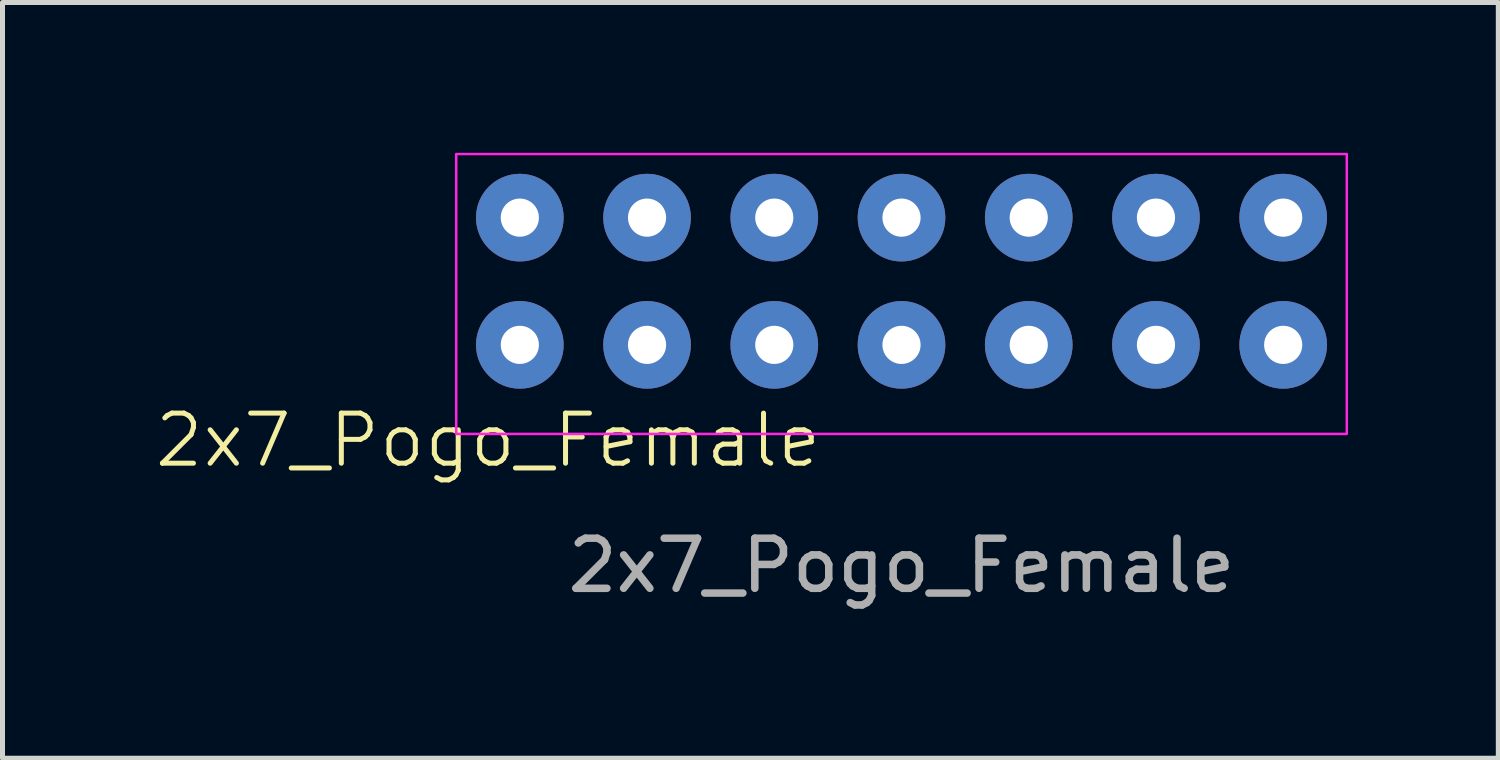
<source format=kicad_pcb>
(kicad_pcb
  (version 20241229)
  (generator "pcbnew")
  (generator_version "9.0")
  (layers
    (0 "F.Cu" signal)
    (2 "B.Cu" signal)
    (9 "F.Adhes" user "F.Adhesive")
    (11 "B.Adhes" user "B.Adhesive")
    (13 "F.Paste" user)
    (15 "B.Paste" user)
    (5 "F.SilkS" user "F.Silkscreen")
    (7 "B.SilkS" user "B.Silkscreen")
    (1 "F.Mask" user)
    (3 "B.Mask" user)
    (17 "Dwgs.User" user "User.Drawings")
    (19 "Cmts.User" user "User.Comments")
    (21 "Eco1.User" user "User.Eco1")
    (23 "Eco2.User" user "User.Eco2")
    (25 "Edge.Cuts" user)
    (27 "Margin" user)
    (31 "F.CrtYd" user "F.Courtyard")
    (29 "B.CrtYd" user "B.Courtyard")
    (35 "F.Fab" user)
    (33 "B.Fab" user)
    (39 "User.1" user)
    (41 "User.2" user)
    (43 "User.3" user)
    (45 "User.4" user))
  (footprint "2x7_Pogo_Female"
    (layer "F.Cu")
    (at 14.948 5.74)
    (property "Reference" "2x7_Pogo_Female" (at -8.255 0 0) (unlocked yes) (layer "F.SilkS") (effects (font (size 1 1) (thickness 0.1))))
    (attr smd)
    (fp_rect (start -8.89 -5.715) (end 8.89 -0.127) (stroke (width 0.05) (type default)) (fill no) (layer "F.CrtYd"))
    (fp_text user "${REFERENCE}" (at 0 2.5 0) (unlocked yes) (layer "F.Fab") (effects (font (size 1 1) (thickness 0.15))))
    (pad "1" thru_hole circle (at -7.62 -4.445) (size 1.75 1.75) (drill 0.762) (layers "*.Cu" "*.Mask"))
    (pad "2" thru_hole circle (at -5.08 -4.445) (size 1.75 1.75) (drill 0.762) (layers "*.Cu" "*.Mask"))
    (pad "3" thru_hole circle (at -2.54 -4.445) (size 1.75 1.75) (drill 0.762) (layers "*.Cu" "*.Mask"))
    (pad "4" thru_hole circle (at 0 -4.445) (size 1.75 1.75) (drill 0.762) (layers "*.Cu" "*.Mask"))
    (pad "5" thru_hole circle (at 2.54 -4.445) (size 1.75 1.75) (drill 0.762) (layers "*.Cu" "*.Mask"))
    (pad "6" thru_hole circle (at 5.08 -4.445) (size 1.75 1.75) (drill 0.762) (layers "*.Cu" "*.Mask"))
    (pad "7" thru_hole circle (at 7.62 -4.445) (size 1.75 1.75) (drill 0.762) (layers "*.Cu" "*.Mask"))
    (pad "8" thru_hole circle (at -7.62 -1.905) (size 1.75 1.75) (drill 0.762) (layers "*.Cu" "*.Mask"))
    (pad "9" thru_hole circle (at -5.08 -1.905) (size 1.75 1.75) (drill 0.762) (layers "*.Cu" "*.Mask"))
    (pad "10" thru_hole circle (at -2.54 -1.905) (size 1.75 1.75) (drill 0.762) (layers "*.Cu" "*.Mask"))
    (pad "11" thru_hole circle (at 0 -1.905) (size 1.75 1.75) (drill 0.762) (layers "*.Cu" "*.Mask"))
    (pad "12" thru_hole circle (at 2.54 -1.905) (size 1.75 1.75) (drill 0.762) (layers "*.Cu" "*.Mask"))
    (pad "13" thru_hole circle (at 5.08 -1.905) (size 1.75 1.75) (drill 0.762) (layers "*.Cu" "*.Mask"))
    (pad "14" thru_hole circle (at 7.62 -1.905) (size 1.75 1.75) (drill 0.762) (layers "*.Cu" "*.Mask")))
  (gr_rect
    (start -3 -3)
    (end 26.863 12.088)
    (stroke (width 0.1) (type default))
    (fill no)
    (layer "Edge.Cuts")))
</source>
